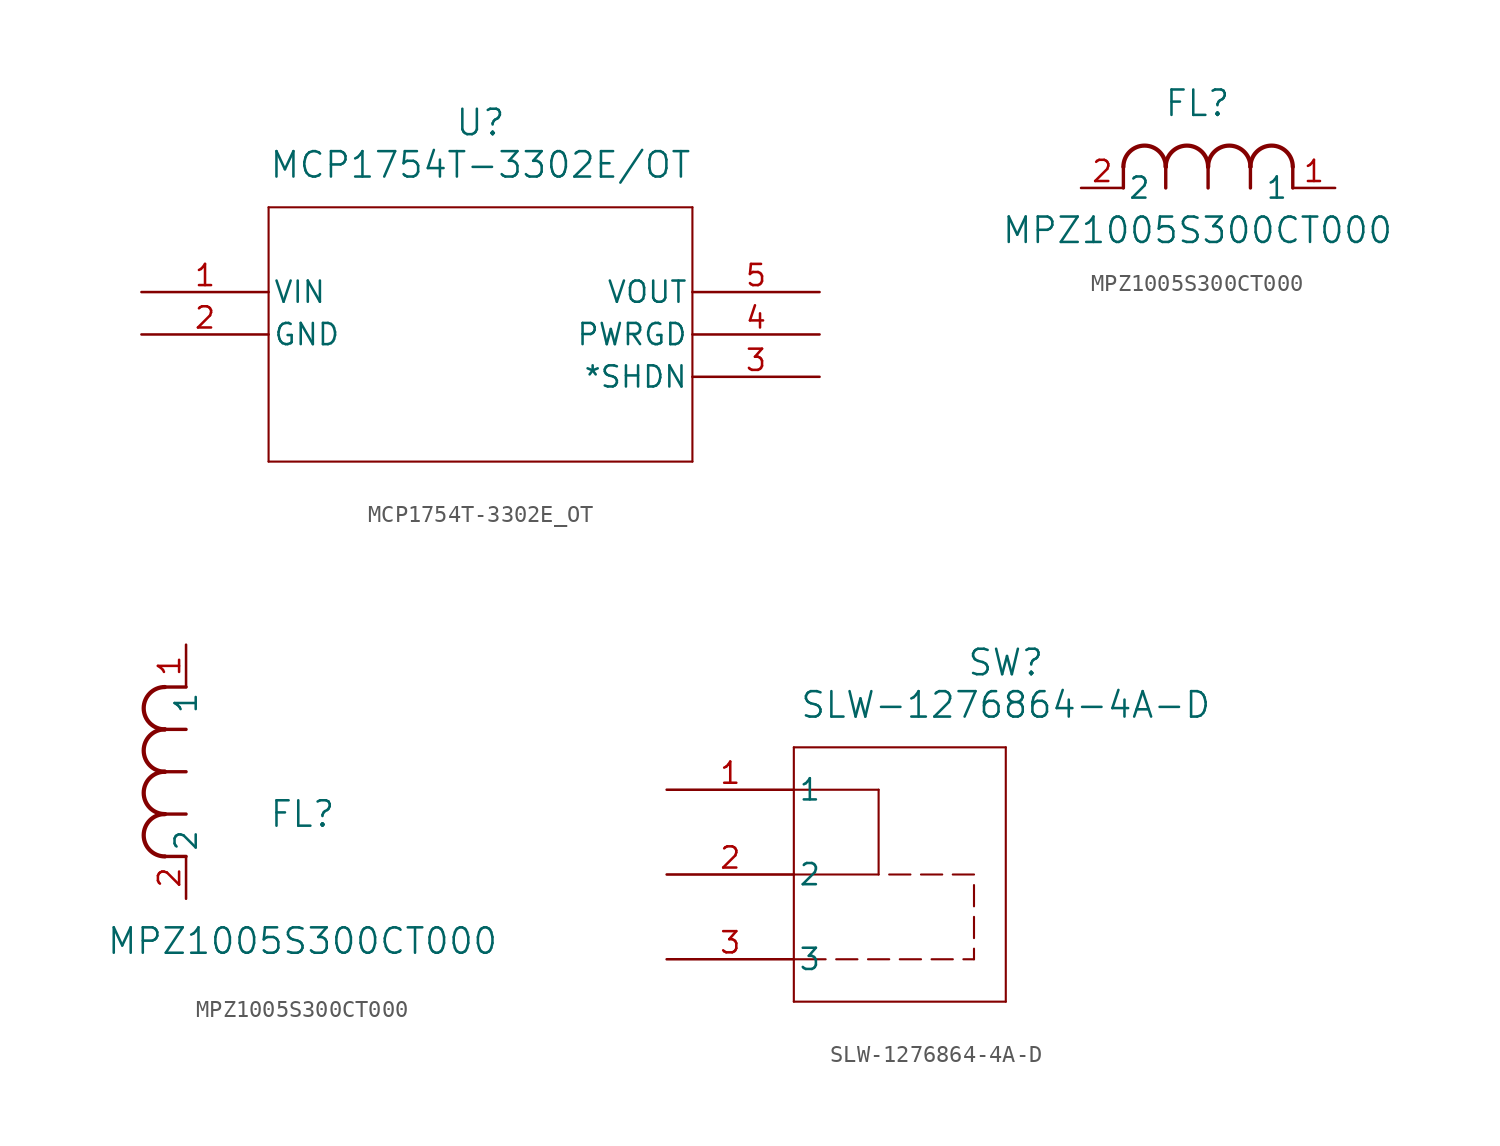
<source format=kicad_sym>
(kicad_symbol_lib
  (version 20241209)
  (generator "kicad_symbol_editor")
  (generator_version "9.0")
  (symbol "MCP1754T-3302E_OT"
    (pin_names
      (offset 0.254))
    (property "Reference" "U"
      (at 20.32 10.16 0)
      (effects (font (size 1.524 1.524))))
    (property "Value" "MCP1754T-3302E/OT"
      (at 20.32 7.62 0)
      (effects (font (size 1.524 1.524))))
    (symbol "MCP1754T-3302E_OT_0_1"
      (polyline (pts (xy 7.62 5.08) (xy 7.62 -10.16)) (stroke (width 0.127) (type default)) (fill (type none)))
      (polyline (pts (xy 7.62 -10.16) (xy 33.02 -10.16)) (stroke (width 0.127) (type default)) (fill (type none)))
      (polyline (pts (xy 33.02 5.08) (xy 7.62 5.08)) (stroke (width 0.127) (type default)) (fill (type none)))
      (polyline (pts (xy 33.02 -10.16) (xy 33.02 5.08)) (stroke (width 0.127) (type default)) (fill (type none)))
      (pin input line (at 0 0 0) (length 7.62) (name "VIN" (effects (font (size 1.27 1.27)))) (number "1" (effects (font (size 1.27 1.27)))))
      (pin power_in line (at 0 -2.54 0) (length 7.62) (name "GND" (effects (font (size 1.27 1.27)))) (number "2" (effects (font (size 1.27 1.27)))))
      (pin output line (at 40.64 0 180) (length 7.62) (name "VOUT" (effects (font (size 1.27 1.27)))) (number "5" (effects (font (size 1.27 1.27)))))
      (pin output line (at 40.64 -2.54 180) (length 7.62) (name "PWRGD" (effects (font (size 1.27 1.27)))) (number "4" (effects (font (size 1.27 1.27)))))
      (pin input line (at 40.64 -5.08 180) (length 7.62) (name "*SHDN" (effects (font (size 1.27 1.27)))) (number "3" (effects (font (size 1.27 1.27)))))))
  (symbol "MPZ1005S300CT000"
    (pin_names
      (offset 0.254))
    (property "Reference" "FL"
      (at 6.985 5.08 0)
      (effects (font (size 1.524 1.524))))
    (property "Value" "MPZ1005S300CT000"
      (at 6.985 -2.54 0)
      (effects (font (size 1.524 1.524))))
    (symbol "MPZ1005S300CT000_1_1"
      (polyline (pts (xy 2.54 0) (xy 2.54 1.27)) (stroke (width 0.203) (type default)) (fill (type none)))
      (arc (start 2.54 1.27) (mid 3.81 2.5344) (end 5.08 1.27) (stroke (width 0.254) (type default)) (fill (type none)))
      (polyline (pts (xy 5.08 0) (xy 5.08 1.27)) (stroke (width 0.203) (type default)) (fill (type none)))
      (arc (start 5.08 1.27) (mid 6.35 2.5344) (end 7.62 1.27) (stroke (width 0.254) (type default)) (fill (type none)))
      (polyline (pts (xy 7.62 0) (xy 7.62 1.27)) (stroke (width 0.203) (type default)) (fill (type none)))
      (arc (start 7.62 1.27) (mid 8.89 2.5344) (end 10.16 1.27) (stroke (width 0.254) (type default)) (fill (type none)))
      (polyline (pts (xy 10.16 0) (xy 10.16 1.27)) (stroke (width 0.203) (type default)) (fill (type none)))
      (arc (start 10.16 1.27) (mid 11.43 2.5344) (end 12.7 1.27) (stroke (width 0.254) (type default)) (fill (type none)))
      (polyline (pts (xy 12.7 0) (xy 12.7 1.27)) (stroke (width 0.203) (type default)) (fill (type none)))
      (pin unspecified line (at 0 0 0) (length 2.54) (name "2" (effects (font (size 1.27 1.27)))) (number "2" (effects (font (size 1.27 1.27)))))
      (pin unspecified line (at 15.24 0 180) (length 2.54) (name "1" (effects (font (size 1.27 1.27)))) (number "1" (effects (font (size 1.27 1.27))))))
    (symbol "MPZ1005S300CT000_1_2"
      (arc (start -1.27 10.16) (mid -2.5344 11.43) (end -1.27 12.7) (stroke (width 0.254) (type default)) (fill (type none)))
      (arc (start -1.27 7.62) (mid -2.5344 8.89) (end -1.27 10.16) (stroke (width 0.254) (type default)) (fill (type none)))
      (arc (start -1.27 5.08) (mid -2.5344 6.35) (end -1.27 7.62) (stroke (width 0.254) (type default)) (fill (type none)))
      (arc (start -1.27 2.54) (mid -2.5344 3.81) (end -1.27 5.08) (stroke (width 0.254) (type default)) (fill (type none)))
      (polyline (pts (xy 0 12.7) (xy -1.27 12.7)) (stroke (width 0.203) (type default)) (fill (type none)))
      (polyline (pts (xy 0 10.16) (xy -1.27 10.16)) (stroke (width 0.203) (type default)) (fill (type none)))
      (polyline (pts (xy 0 7.62) (xy -1.27 7.62)) (stroke (width 0.203) (type default)) (fill (type none)))
      (polyline (pts (xy 0 5.08) (xy -1.27 5.08)) (stroke (width 0.203) (type default)) (fill (type none)))
      (polyline (pts (xy 0 2.54) (xy -1.27 2.54)) (stroke (width 0.203) (type default)) (fill (type none)))
      (pin unspecified line (at 0 15.24 270) (length 2.54) (name "1" (effects (font (size 1.27 1.27)))) (number "1" (effects (font (size 1.27 1.27)))))
      (pin unspecified line (at 0 0 90) (length 2.54) (name "2" (effects (font (size 1.27 1.27)))) (number "2" (effects (font (size 1.27 1.27)))))))
  (symbol "SLW-1276864-4A-D"
    (pin_names
      (offset 0.254))
    (property "Reference" "SW"
      (at 20.32 7.62 0)
      (effects (font (size 1.524 1.524))))
    (property "Value" "SLW-1276864-4A-D"
      (at 20.32 5.08 0)
      (effects (font (size 1.524 1.524))))
    (symbol "SLW-1276864-4A-D_0_1"
      (polyline (pts (xy 7.62 2.54) (xy 7.62 -12.7)) (stroke (width 0.127) (type default)) (fill (type none)))
      (polyline (pts (xy 7.62 0) (xy 12.7 0)) (stroke (width 0.127) (type default)) (fill (type none)))
      (polyline (pts (xy 7.62 -12.7) (xy 20.32 -12.7)) (stroke (width 0.127) (type default)) (fill (type none)))
      (polyline (pts (xy 9.525 -10.16) (xy 7.62 -10.16)) (stroke (width 0.127) (type default)) (fill (type none)))
      (polyline (pts (xy 11.43 -10.16) (xy 10.16 -10.16)) (stroke (width 0.127) (type default)) (fill (type none)))
      (polyline (pts (xy 12.7 0) (xy 12.7 -5.08)) (stroke (width 0.127) (type default)) (fill (type none)))
      (polyline (pts (xy 12.7 -5.08) (xy 7.62 -5.08)) (stroke (width 0.127) (type default)) (fill (type none)))
      (polyline (pts (xy 13.335 -5.08) (xy 14.605 -5.08)) (stroke (width 0.127) (type default)) (fill (type none)))
      (polyline (pts (xy 13.335 -10.16) (xy 12.065 -10.16)) (stroke (width 0.127) (type default)) (fill (type none)))
      (polyline (pts (xy 15.24 -5.08) (xy 16.51 -5.08)) (stroke (width 0.127) (type default)) (fill (type none)))
      (polyline (pts (xy 15.24 -10.16) (xy 13.97 -10.16)) (stroke (width 0.127) (type default)) (fill (type none)))
      (polyline (pts (xy 17.145 -5.08) (xy 18.415 -5.08)) (stroke (width 0.127) (type default)) (fill (type none)))
      (polyline (pts (xy 17.145 -10.16) (xy 15.875 -10.16)) (stroke (width 0.127) (type default)) (fill (type none)))
      (polyline (pts (xy 17.78 -10.16) (xy 18.415 -10.16)) (stroke (width 0.127) (type default)) (fill (type none)))
      (polyline (pts (xy 18.415 -5.715) (xy 18.415 -6.985)) (stroke (width 0.127) (type default)) (fill (type none)))
      (polyline (pts (xy 18.415 -7.62) (xy 18.415 -8.89)) (stroke (width 0.127) (type default)) (fill (type none)))
      (polyline (pts (xy 18.415 -9.525) (xy 18.415 -10.16)) (stroke (width 0.127) (type default)) (fill (type none)))
      (polyline (pts (xy 20.32 2.54) (xy 7.62 2.54)) (stroke (width 0.127) (type default)) (fill (type none)))
      (polyline (pts (xy 20.32 -12.7) (xy 20.32 2.54)) (stroke (width 0.127) (type default)) (fill (type none)))
      (pin unspecified line (at 0 0 0) (length 7.62) (name "1" (effects (font (size 1.27 1.27)))) (number "1" (effects (font (size 1.27 1.27)))))
      (pin unspecified line (at 0 -5.08 0) (length 7.62) (name "2" (effects (font (size 1.27 1.27)))) (number "2" (effects (font (size 1.27 1.27)))))
      (pin unspecified line (at 0 -10.16 0) (length 7.62) (name "3" (effects (font (size 1.27 1.27)))) (number "3" (effects (font (size 1.27 1.27))))))))
</source>
